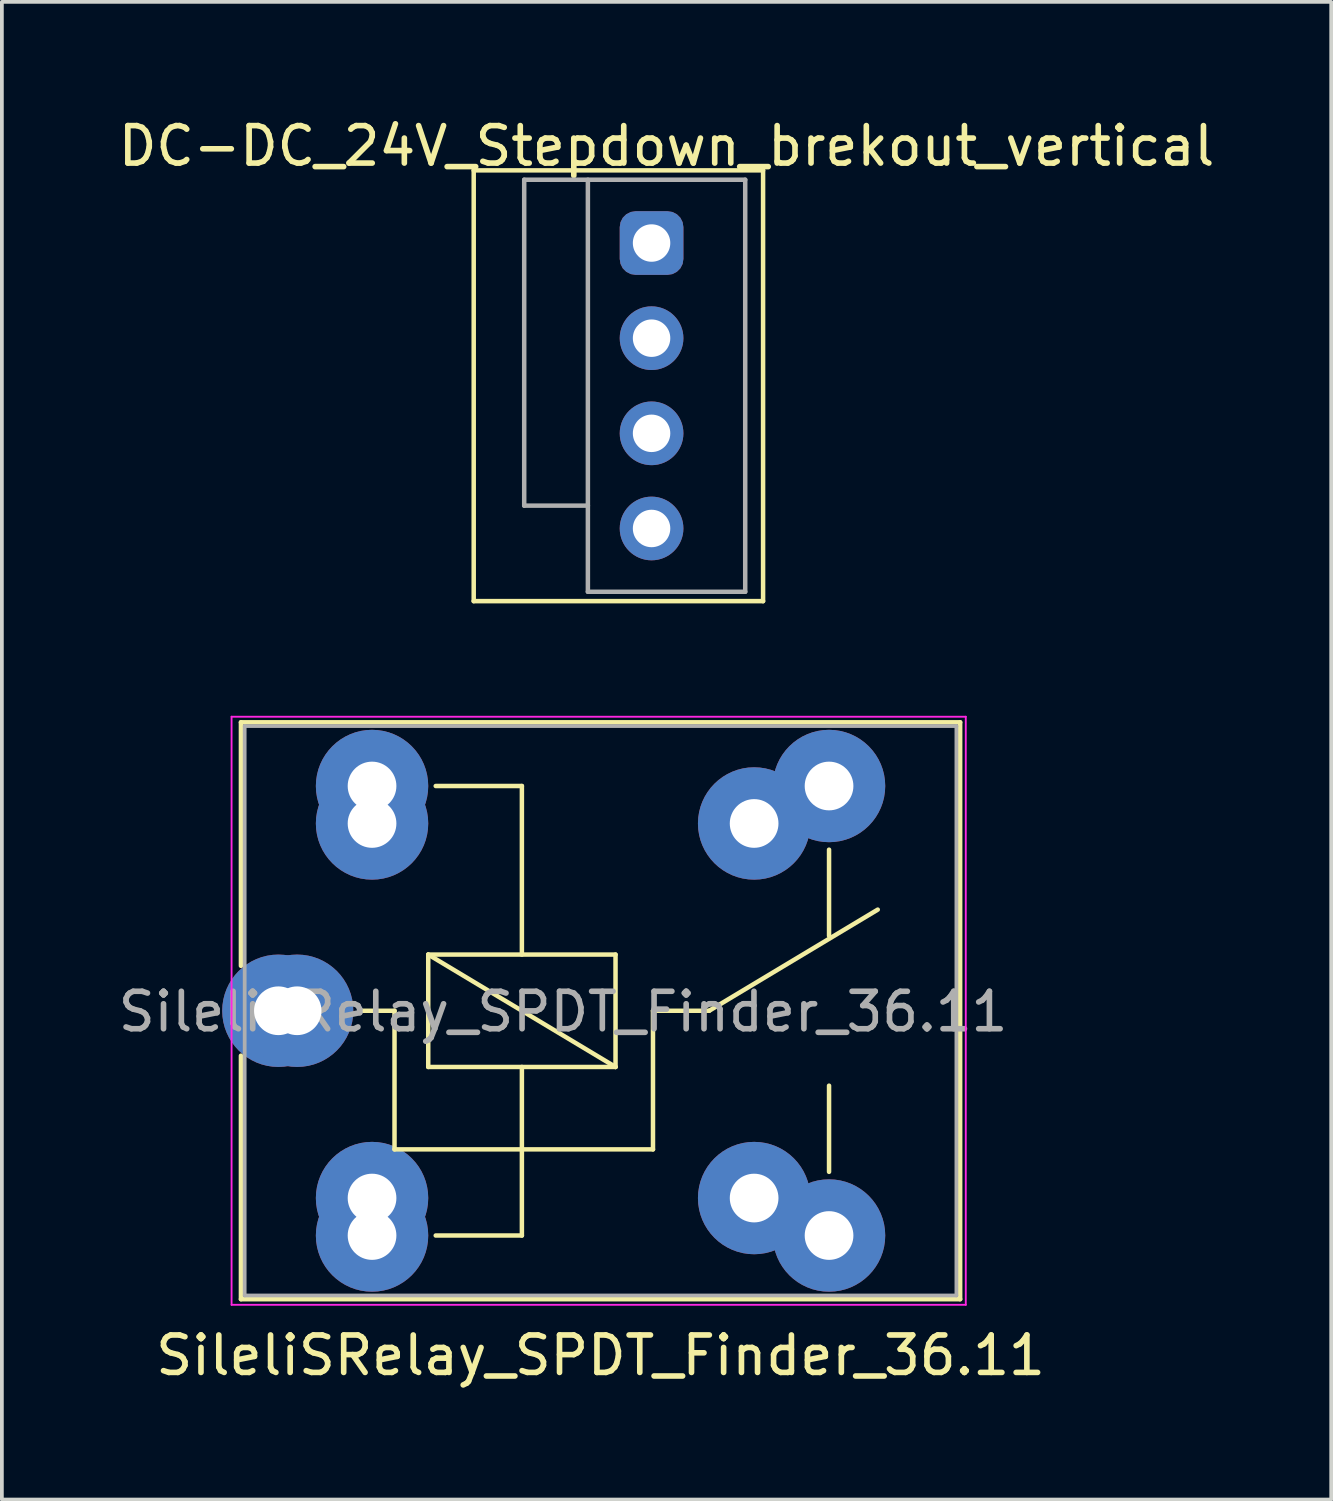
<source format=kicad_pcb>
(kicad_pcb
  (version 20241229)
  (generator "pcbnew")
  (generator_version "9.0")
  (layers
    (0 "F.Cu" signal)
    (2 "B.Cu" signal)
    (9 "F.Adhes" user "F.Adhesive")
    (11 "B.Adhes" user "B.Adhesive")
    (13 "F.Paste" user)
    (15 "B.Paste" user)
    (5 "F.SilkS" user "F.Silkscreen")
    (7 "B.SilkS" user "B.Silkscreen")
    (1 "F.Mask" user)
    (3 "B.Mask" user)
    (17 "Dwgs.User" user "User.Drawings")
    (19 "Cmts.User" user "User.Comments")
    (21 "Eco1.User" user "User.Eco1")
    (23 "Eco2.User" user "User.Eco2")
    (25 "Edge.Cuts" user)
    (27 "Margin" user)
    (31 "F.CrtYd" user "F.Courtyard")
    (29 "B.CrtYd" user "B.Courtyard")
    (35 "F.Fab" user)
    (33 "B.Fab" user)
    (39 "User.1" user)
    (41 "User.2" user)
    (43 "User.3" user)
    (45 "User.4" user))
  (footprint "DC-DC_24V_Stepdown_brekout_vertical"
    (layer "F.Cu")
    (at 12.644 1.748)
    (property "Reference" "DC-DC_24V_Stepdown_brekout_vertical" (at 2.1 -0.9 0) (layer "F.SilkS") (effects (font (size 1 1) (thickness 0.15))))
    (attr through_hole)
    (fp_line (start -3.048 -0.25) (end 4.677 -0.25) (stroke (width 0.12) (type solid)) (layer "F.SilkS"))
    (fp_line (start -3.048 11.25) (end -3.048 -0.25) (stroke (width 0.12) (type solid)) (layer "F.SilkS"))
    (fp_line (start 4.677 -0.25) (end 4.677 11.25) (stroke (width 0.12) (type solid)) (layer "F.SilkS"))
    (fp_line (start 4.677 11.25) (end -3.048 11.25) (stroke (width 0.12) (type solid)) (layer "F.SilkS"))
    (fp_line (start -1.7 0) (end -1.7 8.7) (stroke (width 0.12) (type solid)) (layer "F.Fab"))
    (fp_line (start -1.7 0) (end 4.2 0) (stroke (width 0.12) (type solid)) (layer "F.Fab"))
    (fp_line (start -1.7 8.7) (end 0 8.7) (stroke (width 0.12) (type solid)) (layer "F.Fab"))
    (fp_line (start 0 11) (end 0 0) (stroke (width 0.12) (type solid)) (layer "F.Fab"))
    (fp_line (start 0 11) (end 4.2 11) (stroke (width 0.12) (type solid)) (layer "F.Fab"))
    (fp_line (start 4.2 11) (end 4.2 0) (stroke (width 0.12) (type solid)) (layer "F.Fab"))
    (pad "1" thru_hole roundrect (at 1.7 1.69) (size 1.7 1.7) (drill 1) (layers "*.Cu" "*.Mask") (roundrect_rratio 0.25))
    (pad "2" thru_hole circle (at 1.7 4.23) (size 1.7 1.7) (drill 1) (layers "*.Cu" "*.Mask"))
    (pad "3" thru_hole circle (at 1.7 6.77) (size 1.7 1.7) (drill 1) (layers "*.Cu" "*.Mask"))
    (pad "4" thru_hole circle (at 1.7 9.31 90) (size 1.7 1.7) (drill 1) (layers "*.Cu" "*.Mask")))
  (footprint "SileliSRelay_SPDT_Finder_36.11"
    (layer "F.Cu")
    (at 4.882 23.933)
    (property "Reference" "SileliSRelay_SPDT_Finder_36.11" (at 8.1 9.2 0) (layer "F.SilkS") (effects (font (size 1 1) (thickness 0.15))))
    (attr through_hole)
    (fp_line (start -1.5 -7.7) (end -1.5 -1.2) (stroke (width 0.12) (type solid)) (layer "F.SilkS"))
    (fp_line (start -1.5 -7.7) (end 17.7 -7.7) (stroke (width 0.12) (type solid)) (layer "F.SilkS"))
    (fp_line (start -1.5 1.2) (end -1.5 7.7) (stroke (width 0.12) (type solid)) (layer "F.SilkS"))
    (fp_line (start 2.6 0) (end 1.7 0) (stroke (width 0.12) (type solid)) (layer "F.SilkS"))
    (fp_line (start 2.6 0) (end 2.6 3.7) (stroke (width 0.12) (type solid)) (layer "F.SilkS"))
    (fp_line (start 3.5 -1.5) (end 8.5 -1.5) (stroke (width 0.12) (type solid)) (layer "F.SilkS"))
    (fp_line (start 3.5 1.5) (end 3.5 -1.5) (stroke (width 0.12) (type solid)) (layer "F.SilkS"))
    (fp_line (start 3.7 6) (end 6 6) (stroke (width 0.12) (type solid)) (layer "F.SilkS"))
    (fp_line (start 6 -6) (end 3.7 -6) (stroke (width 0.12) (type solid)) (layer "F.SilkS"))
    (fp_line (start 6 -6) (end 6 -1.5) (stroke (width 0.12) (type solid)) (layer "F.SilkS"))
    (fp_line (start 6 1.5) (end 6 6) (stroke (width 0.12) (type solid)) (layer "F.SilkS"))
    (fp_line (start 8.5 -1.5) (end 8.5 1.5) (stroke (width 0.12) (type solid)) (layer "F.SilkS"))
    (fp_line (start 8.5 1.5) (end 3.5 -1.5) (stroke (width 0.12) (type solid)) (layer "F.SilkS"))
    (fp_line (start 8.5 1.5) (end 3.5 1.5) (stroke (width 0.12) (type solid)) (layer "F.SilkS"))
    (fp_line (start 9.5 0) (end 9.5 3.7) (stroke (width 0.12) (type solid)) (layer "F.SilkS"))
    (fp_line (start 9.5 0) (end 11 0) (stroke (width 0.12) (type solid)) (layer "F.SilkS"))
    (fp_line (start 9.5 3.7) (end 2.6 3.7) (stroke (width 0.12) (type solid)) (layer "F.SilkS"))
    (fp_line (start 11 0) (end 15.5 -2.7) (stroke (width 0.12) (type solid)) (layer "F.SilkS"))
    (fp_line (start 14.2 -4.3) (end 14.2 -2) (stroke (width 0.12) (type solid)) (layer "F.SilkS"))
    (fp_line (start 14.2 4.3) (end 14.2 2) (stroke (width 0.12) (type solid)) (layer "F.SilkS"))
    (fp_line (start 17.7 -7.7) (end 17.7 7.7) (stroke (width 0.12) (type solid)) (layer "F.SilkS"))
    (fp_line (start 17.7 7.7) (end -1.5 7.7) (stroke (width 0.12) (type solid)) (layer "F.SilkS"))
    (fp_line (start -1.75 7.85) (end -1.75 -7.85) (stroke (width 0.05) (type solid)) (layer "F.CrtYd"))
    (fp_line (start -1.75 7.85) (end 17.85 7.85) (stroke (width 0.05) (type solid)) (layer "F.CrtYd"))
    (fp_line (start 17.85 -7.85) (end -1.75 -7.85) (stroke (width 0.05) (type solid)) (layer "F.CrtYd"))
    (fp_line (start 17.85 -7.85) (end 17.85 7.85) (stroke (width 0.05) (type solid)) (layer "F.CrtYd"))
    (fp_line (start -1.4 -7.6) (end 17.6 -7.6) (stroke (width 0.1) (type solid)) (layer "F.Fab"))
    (fp_line (start -1.4 7.6) (end -1.4 -7.6) (stroke (width 0.1) (type solid)) (layer "F.Fab"))
    (fp_line (start 17.6 -7.6) (end 17.6 7.6) (stroke (width 0.1) (type solid)) (layer "F.Fab"))
    (fp_line (start 17.6 7.6) (end -1.4 7.6) (stroke (width 0.1) (type solid)) (layer "F.Fab"))
    (fp_text user "${REFERENCE}" (at 7.1 0.025 0) (layer "F.Fab") (effects (font (size 1 1) (thickness 0.15))))
    (pad "11" thru_hole circle (at -0.5 0) (size 3 3) (drill 1.3) (layers "*.Cu" "*.Mask"))
    (pad "11" thru_hole circle (at 0 0) (size 3 3) (drill 1.3) (layers "*.Cu" "*.Mask"))
    (pad "12" thru_hole circle (at 12.2 -5) (size 3 3) (drill 1.3) (layers "*.Cu" "*.Mask"))
    (pad "12" thru_hole circle (at 14.2 -6) (size 3 3) (drill 1.3) (layers "*.Cu" "*.Mask"))
    (pad "14" thru_hole circle (at 12.2 5) (size 3 3) (drill 1.3) (layers "*.Cu" "*.Mask"))
    (pad "14" thru_hole circle (at 14.2 6) (size 3 3) (drill 1.3) (layers "*.Cu" "*.Mask"))
    (pad "A1" thru_hole circle (at 2 5) (size 3 3) (drill 1.3) (layers "*.Cu" "*.Mask"))
    (pad "A1" thru_hole circle (at 2 6) (size 3 3) (drill 1.3) (layers "*.Cu" "*.Mask"))
    (pad "A2" thru_hole circle (at 2 -6) (size 3 3) (drill 1.3) (layers "*.Cu" "*.Mask"))
    (pad "A2" thru_hole circle (at 2 -5) (size 3 3) (drill 1.3) (layers "*.Cu" "*.Mask")))
  (gr_rect
    (start -3 -3)
    (end 32.488 36.981)
    (stroke (width 0.1) (type default))
    (fill no)
    (layer "Edge.Cuts")))
</source>
